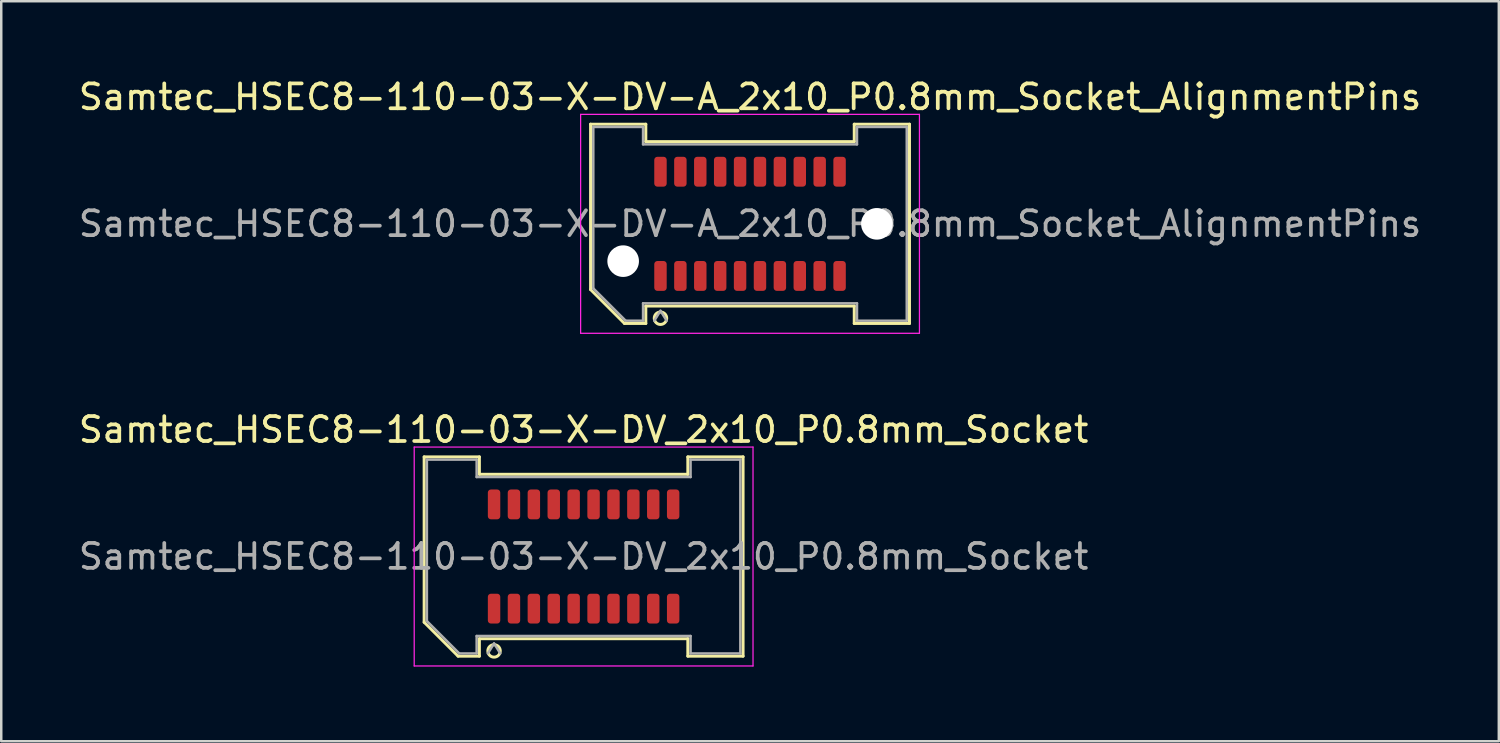
<source format=kicad_pcb>
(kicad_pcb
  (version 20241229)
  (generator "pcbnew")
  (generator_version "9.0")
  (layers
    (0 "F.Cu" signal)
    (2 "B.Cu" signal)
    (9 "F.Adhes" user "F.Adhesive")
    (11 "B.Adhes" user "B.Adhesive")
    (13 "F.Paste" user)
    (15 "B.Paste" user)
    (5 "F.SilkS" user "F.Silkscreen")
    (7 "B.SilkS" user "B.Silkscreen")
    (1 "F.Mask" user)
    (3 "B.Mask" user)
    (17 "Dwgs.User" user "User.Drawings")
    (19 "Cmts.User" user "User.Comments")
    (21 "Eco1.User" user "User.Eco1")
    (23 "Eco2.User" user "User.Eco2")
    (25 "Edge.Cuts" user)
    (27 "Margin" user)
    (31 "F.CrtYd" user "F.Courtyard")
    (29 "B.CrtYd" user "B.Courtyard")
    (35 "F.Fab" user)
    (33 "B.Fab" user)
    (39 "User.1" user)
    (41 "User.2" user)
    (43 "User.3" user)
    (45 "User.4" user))
  (footprint "Samtec_HSEC8-110-03-X-DV_2x10_P0.8mm_Socket"
    (layer "F.Cu")
    (at 20.411 19.322)
    (property "Reference" "Samtec_HSEC8-110-03-X-DV_2x10_P0.8mm_Socket" (at 0 -5.1 0) (layer "F.SilkS") (effects (font (size 1 1) (thickness 0.15))))
    (attr smd)
    (fp_line (start -6.41 -4.005) (end -4.19 -4.005) (stroke (width 0.12) (type solid)) (layer "F.SilkS"))
    (fp_line (start -6.41 2.641) (end -6.41 -4.005) (stroke (width 0.12) (type solid)) (layer "F.SilkS"))
    (fp_line (start -5.046 4.005) (end -6.41 2.641) (stroke (width 0.12) (type solid)) (layer "F.SilkS"))
    (fp_line (start -4.19 -4.005) (end -4.19 -3.305) (stroke (width 0.12) (type solid)) (layer "F.SilkS"))
    (fp_line (start -4.19 -3.305) (end 4.19 -3.305) (stroke (width 0.12) (type solid)) (layer "F.SilkS"))
    (fp_line (start -4.19 3.305) (end -4.19 4.005) (stroke (width 0.12) (type solid)) (layer "F.SilkS"))
    (fp_line (start -4.19 4.005) (end -5.046 4.005) (stroke (width 0.12) (type solid)) (layer "F.SilkS"))
    (fp_line (start 4.19 -4.005) (end 6.41 -4.005) (stroke (width 0.12) (type solid)) (layer "F.SilkS"))
    (fp_line (start 4.19 -3.305) (end 4.19 -4.005) (stroke (width 0.12) (type solid)) (layer "F.SilkS"))
    (fp_line (start 4.19 3.305) (end -4.19 3.305) (stroke (width 0.12) (type solid)) (layer "F.SilkS"))
    (fp_line (start 4.19 4.005) (end 4.19 3.305) (stroke (width 0.12) (type solid)) (layer "F.SilkS"))
    (fp_line (start 6.41 -4.005) (end 6.41 4.005) (stroke (width 0.12) (type solid)) (layer "F.SilkS"))
    (fp_line (start 6.41 4.005) (end 4.19 4.005) (stroke (width 0.12) (type solid)) (layer "F.SilkS"))
    (fp_arc (start -3.35 3.795) (mid -3.85 3.795) (end -3.35 3.795) (stroke (width 0.12) (type solid)) (layer "F.SilkS"))
    (fp_line (start -6.81 -4.4) (end -6.81 4.4) (stroke (width 0.05) (type solid)) (layer "F.CrtYd"))
    (fp_line (start -6.81 4.4) (end 6.81 4.4) (stroke (width 0.05) (type solid)) (layer "F.CrtYd"))
    (fp_line (start 6.81 -4.4) (end -6.81 -4.4) (stroke (width 0.05) (type solid)) (layer "F.CrtYd"))
    (fp_line (start 6.81 4.4) (end 6.81 -4.4) (stroke (width 0.05) (type solid)) (layer "F.CrtYd"))
    (fp_line (start -6.3 -3.895) (end -4.3 -3.895) (stroke (width 0.1) (type solid)) (layer "F.Fab"))
    (fp_line (start -6.3 2.595) (end -6.3 -3.895) (stroke (width 0.1) (type solid)) (layer "F.Fab"))
    (fp_line (start -5 3.895) (end -6.3 2.595) (stroke (width 0.1) (type solid)) (layer "F.Fab"))
    (fp_line (start -4.3 -3.895) (end -4.3 -3.195) (stroke (width 0.1) (type solid)) (layer "F.Fab"))
    (fp_line (start -4.3 -3.195) (end 4.3 -3.195) (stroke (width 0.1) (type solid)) (layer "F.Fab"))
    (fp_line (start -4.3 3.195) (end -4.3 3.895) (stroke (width 0.1) (type solid)) (layer "F.Fab"))
    (fp_line (start -4.3 3.895) (end -5 3.895) (stroke (width 0.1) (type solid)) (layer "F.Fab"))
    (fp_line (start -3.6 3.495) (end -3.85 3.895) (stroke (width 0.1) (type solid)) (layer "F.Fab"))
    (fp_line (start -3.6 3.495) (end -3.35 3.895) (stroke (width 0.1) (type solid)) (layer "F.Fab"))
    (fp_line (start 4.3 -3.895) (end 6.3 -3.895) (stroke (width 0.1) (type solid)) (layer "F.Fab"))
    (fp_line (start 4.3 -3.195) (end 4.3 -3.895) (stroke (width 0.1) (type solid)) (layer "F.Fab"))
    (fp_line (start 4.3 3.195) (end -4.3 3.195) (stroke (width 0.1) (type solid)) (layer "F.Fab"))
    (fp_line (start 4.3 3.895) (end 4.3 3.195) (stroke (width 0.1) (type solid)) (layer "F.Fab"))
    (fp_line (start 6.3 -3.895) (end 6.3 3.895) (stroke (width 0.1) (type solid)) (layer "F.Fab"))
    (fp_line (start 6.3 3.895) (end 4.3 3.895) (stroke (width 0.1) (type solid)) (layer "F.Fab"))
    (fp_text user "${REFERENCE}" (at 0 0 0) (layer "F.Fab") (effects (font (size 1 1) (thickness 0.15))))
    (pad "1" smd roundrect (at -3.6 2.095) (size 0.5 1.2) (layers "F.Cu" "F.Mask" "F.Paste") (roundrect_rratio 0.25))
    (pad "2" smd roundrect (at -3.6 -2.095) (size 0.5 1.2) (layers "F.Cu" "F.Mask" "F.Paste") (roundrect_rratio 0.25))
    (pad "3" smd roundrect (at -2.8 2.095) (size 0.5 1.2) (layers "F.Cu" "F.Mask" "F.Paste") (roundrect_rratio 0.25))
    (pad "4" smd roundrect (at -2.8 -2.095) (size 0.5 1.2) (layers "F.Cu" "F.Mask" "F.Paste") (roundrect_rratio 0.25))
    (pad "5" smd roundrect (at -2 2.095) (size 0.5 1.2) (layers "F.Cu" "F.Mask" "F.Paste") (roundrect_rratio 0.25))
    (pad "6" smd roundrect (at -2 -2.095) (size 0.5 1.2) (layers "F.Cu" "F.Mask" "F.Paste") (roundrect_rratio 0.25))
    (pad "7" smd roundrect (at -1.2 2.095) (size 0.5 1.2) (layers "F.Cu" "F.Mask" "F.Paste") (roundrect_rratio 0.25))
    (pad "8" smd roundrect (at -1.2 -2.095) (size 0.5 1.2) (layers "F.Cu" "F.Mask" "F.Paste") (roundrect_rratio 0.25))
    (pad "9" smd roundrect (at -0.4 2.095) (size 0.5 1.2) (layers "F.Cu" "F.Mask" "F.Paste") (roundrect_rratio 0.25))
    (pad "10" smd roundrect (at -0.4 -2.095) (size 0.5 1.2) (layers "F.Cu" "F.Mask" "F.Paste") (roundrect_rratio 0.25))
    (pad "11" smd roundrect (at 0.4 2.095) (size 0.5 1.2) (layers "F.Cu" "F.Mask" "F.Paste") (roundrect_rratio 0.25))
    (pad "12" smd roundrect (at 0.4 -2.095) (size 0.5 1.2) (layers "F.Cu" "F.Mask" "F.Paste") (roundrect_rratio 0.25))
    (pad "13" smd roundrect (at 1.2 2.095) (size 0.5 1.2) (layers "F.Cu" "F.Mask" "F.Paste") (roundrect_rratio 0.25))
    (pad "14" smd roundrect (at 1.2 -2.095) (size 0.5 1.2) (layers "F.Cu" "F.Mask" "F.Paste") (roundrect_rratio 0.25))
    (pad "15" smd roundrect (at 2 2.095) (size 0.5 1.2) (layers "F.Cu" "F.Mask" "F.Paste") (roundrect_rratio 0.25))
    (pad "16" smd roundrect (at 2 -2.095) (size 0.5 1.2) (layers "F.Cu" "F.Mask" "F.Paste") (roundrect_rratio 0.25))
    (pad "17" smd roundrect (at 2.8 2.095) (size 0.5 1.2) (layers "F.Cu" "F.Mask" "F.Paste") (roundrect_rratio 0.25))
    (pad "18" smd roundrect (at 2.8 -2.095) (size 0.5 1.2) (layers "F.Cu" "F.Mask" "F.Paste") (roundrect_rratio 0.25))
    (pad "19" smd roundrect (at 3.6 2.095) (size 0.5 1.2) (layers "F.Cu" "F.Mask" "F.Paste") (roundrect_rratio 0.25))
    (pad "20" smd roundrect (at 3.6 -2.095) (size 0.5 1.2) (layers "F.Cu" "F.Mask" "F.Paste") (roundrect_rratio 0.25)))
  (footprint "Samtec_HSEC8-110-03-X-DV-A_2x10_P0.8mm_Socket_AlignmentPins"
    (layer "F.Cu")
    (at 27.101 5.948)
    (property "Reference" "Samtec_HSEC8-110-03-X-DV-A_2x10_P0.8mm_Socket_AlignmentPins" (at 0 -5.1 0) (layer "F.SilkS") (effects (font (size 1 1) (thickness 0.15))))
    (attr smd)
    (fp_line (start -6.41 -4.005) (end -4.19 -4.005) (stroke (width 0.12) (type solid)) (layer "F.SilkS"))
    (fp_line (start -6.41 2.641) (end -6.41 -4.005) (stroke (width 0.12) (type solid)) (layer "F.SilkS"))
    (fp_line (start -5.046 4.005) (end -6.41 2.641) (stroke (width 0.12) (type solid)) (layer "F.SilkS"))
    (fp_line (start -4.19 -4.005) (end -4.19 -3.305) (stroke (width 0.12) (type solid)) (layer "F.SilkS"))
    (fp_line (start -4.19 -3.305) (end 4.19 -3.305) (stroke (width 0.12) (type solid)) (layer "F.SilkS"))
    (fp_line (start -4.19 3.305) (end -4.19 4.005) (stroke (width 0.12) (type solid)) (layer "F.SilkS"))
    (fp_line (start -4.19 4.005) (end -5.046 4.005) (stroke (width 0.12) (type solid)) (layer "F.SilkS"))
    (fp_line (start 4.19 -4.005) (end 6.41 -4.005) (stroke (width 0.12) (type solid)) (layer "F.SilkS"))
    (fp_line (start 4.19 -3.305) (end 4.19 -4.005) (stroke (width 0.12) (type solid)) (layer "F.SilkS"))
    (fp_line (start 4.19 3.305) (end -4.19 3.305) (stroke (width 0.12) (type solid)) (layer "F.SilkS"))
    (fp_line (start 4.19 4.005) (end 4.19 3.305) (stroke (width 0.12) (type solid)) (layer "F.SilkS"))
    (fp_line (start 6.41 -4.005) (end 6.41 4.005) (stroke (width 0.12) (type solid)) (layer "F.SilkS"))
    (fp_line (start 6.41 4.005) (end 4.19 4.005) (stroke (width 0.12) (type solid)) (layer "F.SilkS"))
    (fp_arc (start -3.35 3.795) (mid -3.85 3.795) (end -3.35 3.795) (stroke (width 0.12) (type solid)) (layer "F.SilkS"))
    (fp_line (start -6.81 -4.4) (end -6.81 4.4) (stroke (width 0.05) (type solid)) (layer "F.CrtYd"))
    (fp_line (start -6.81 4.4) (end 6.81 4.4) (stroke (width 0.05) (type solid)) (layer "F.CrtYd"))
    (fp_line (start 6.81 -4.4) (end -6.81 -4.4) (stroke (width 0.05) (type solid)) (layer "F.CrtYd"))
    (fp_line (start 6.81 4.4) (end 6.81 -4.4) (stroke (width 0.05) (type solid)) (layer "F.CrtYd"))
    (fp_line (start -6.3 -3.895) (end -4.3 -3.895) (stroke (width 0.1) (type solid)) (layer "F.Fab"))
    (fp_line (start -6.3 2.595) (end -6.3 -3.895) (stroke (width 0.1) (type solid)) (layer "F.Fab"))
    (fp_line (start -5 3.895) (end -6.3 2.595) (stroke (width 0.1) (type solid)) (layer "F.Fab"))
    (fp_line (start -4.3 -3.895) (end -4.3 -3.195) (stroke (width 0.1) (type solid)) (layer "F.Fab"))
    (fp_line (start -4.3 -3.195) (end 4.3 -3.195) (stroke (width 0.1) (type solid)) (layer "F.Fab"))
    (fp_line (start -4.3 3.195) (end -4.3 3.895) (stroke (width 0.1) (type solid)) (layer "F.Fab"))
    (fp_line (start -4.3 3.895) (end -5 3.895) (stroke (width 0.1) (type solid)) (layer "F.Fab"))
    (fp_line (start -3.6 3.495) (end -3.85 3.895) (stroke (width 0.1) (type solid)) (layer "F.Fab"))
    (fp_line (start -3.6 3.495) (end -3.35 3.895) (stroke (width 0.1) (type solid)) (layer "F.Fab"))
    (fp_line (start 4.3 -3.895) (end 6.3 -3.895) (stroke (width 0.1) (type solid)) (layer "F.Fab"))
    (fp_line (start 4.3 -3.195) (end 4.3 -3.895) (stroke (width 0.1) (type solid)) (layer "F.Fab"))
    (fp_line (start 4.3 3.195) (end -4.3 3.195) (stroke (width 0.1) (type solid)) (layer "F.Fab"))
    (fp_line (start 4.3 3.895) (end 4.3 3.195) (stroke (width 0.1) (type solid)) (layer "F.Fab"))
    (fp_line (start 6.3 -3.895) (end 6.3 3.895) (stroke (width 0.1) (type solid)) (layer "F.Fab"))
    (fp_line (start 6.3 3.895) (end 4.3 3.895) (stroke (width 0.1) (type solid)) (layer "F.Fab"))
    (fp_text user "${REFERENCE}" (at 0 0 0) (layer "F.Fab") (effects (font (size 1 1) (thickness 0.15))))
    (pad "" np_thru_hole circle (at -5.1 1.5) (size 1.27 1.27) (drill 1.27) (layers "*.Cu" "*.Mask"))
    (pad "" np_thru_hole circle (at 5.1 0) (size 1.27 1.27) (drill 1.27) (layers "*.Cu" "*.Mask"))
    (pad "1" smd roundrect (at -3.6 2.095) (size 0.5 1.2) (layers "F.Cu" "F.Mask" "F.Paste") (roundrect_rratio 0.25))
    (pad "2" smd roundrect (at -3.6 -2.095) (size 0.5 1.2) (layers "F.Cu" "F.Mask" "F.Paste") (roundrect_rratio 0.25))
    (pad "3" smd roundrect (at -2.8 2.095) (size 0.5 1.2) (layers "F.Cu" "F.Mask" "F.Paste") (roundrect_rratio 0.25))
    (pad "4" smd roundrect (at -2.8 -2.095) (size 0.5 1.2) (layers "F.Cu" "F.Mask" "F.Paste") (roundrect_rratio 0.25))
    (pad "5" smd roundrect (at -2 2.095) (size 0.5 1.2) (layers "F.Cu" "F.Mask" "F.Paste") (roundrect_rratio 0.25))
    (pad "6" smd roundrect (at -2 -2.095) (size 0.5 1.2) (layers "F.Cu" "F.Mask" "F.Paste") (roundrect_rratio 0.25))
    (pad "7" smd roundrect (at -1.2 2.095) (size 0.5 1.2) (layers "F.Cu" "F.Mask" "F.Paste") (roundrect_rratio 0.25))
    (pad "8" smd roundrect (at -1.2 -2.095) (size 0.5 1.2) (layers "F.Cu" "F.Mask" "F.Paste") (roundrect_rratio 0.25))
    (pad "9" smd roundrect (at -0.4 2.095) (size 0.5 1.2) (layers "F.Cu" "F.Mask" "F.Paste") (roundrect_rratio 0.25))
    (pad "10" smd roundrect (at -0.4 -2.095) (size 0.5 1.2) (layers "F.Cu" "F.Mask" "F.Paste") (roundrect_rratio 0.25))
    (pad "11" smd roundrect (at 0.4 2.095) (size 0.5 1.2) (layers "F.Cu" "F.Mask" "F.Paste") (roundrect_rratio 0.25))
    (pad "12" smd roundrect (at 0.4 -2.095) (size 0.5 1.2) (layers "F.Cu" "F.Mask" "F.Paste") (roundrect_rratio 0.25))
    (pad "13" smd roundrect (at 1.2 2.095) (size 0.5 1.2) (layers "F.Cu" "F.Mask" "F.Paste") (roundrect_rratio 0.25))
    (pad "14" smd roundrect (at 1.2 -2.095) (size 0.5 1.2) (layers "F.Cu" "F.Mask" "F.Paste") (roundrect_rratio 0.25))
    (pad "15" smd roundrect (at 2 2.095) (size 0.5 1.2) (layers "F.Cu" "F.Mask" "F.Paste") (roundrect_rratio 0.25))
    (pad "16" smd roundrect (at 2 -2.095) (size 0.5 1.2) (layers "F.Cu" "F.Mask" "F.Paste") (roundrect_rratio 0.25))
    (pad "17" smd roundrect (at 2.8 2.095) (size 0.5 1.2) (layers "F.Cu" "F.Mask" "F.Paste") (roundrect_rratio 0.25))
    (pad "18" smd roundrect (at 2.8 -2.095) (size 0.5 1.2) (layers "F.Cu" "F.Mask" "F.Paste") (roundrect_rratio 0.25))
    (pad "19" smd roundrect (at 3.6 2.095) (size 0.5 1.2) (layers "F.Cu" "F.Mask" "F.Paste") (roundrect_rratio 0.25))
    (pad "20" smd roundrect (at 3.6 -2.095) (size 0.5 1.2) (layers "F.Cu" "F.Mask" "F.Paste") (roundrect_rratio 0.25)))
  (gr_rect
    (start -3 -3)
    (end 57.202 26.747)
    (stroke (width 0.1) (type default))
    (fill no)
    (layer "Edge.Cuts")))
</source>
